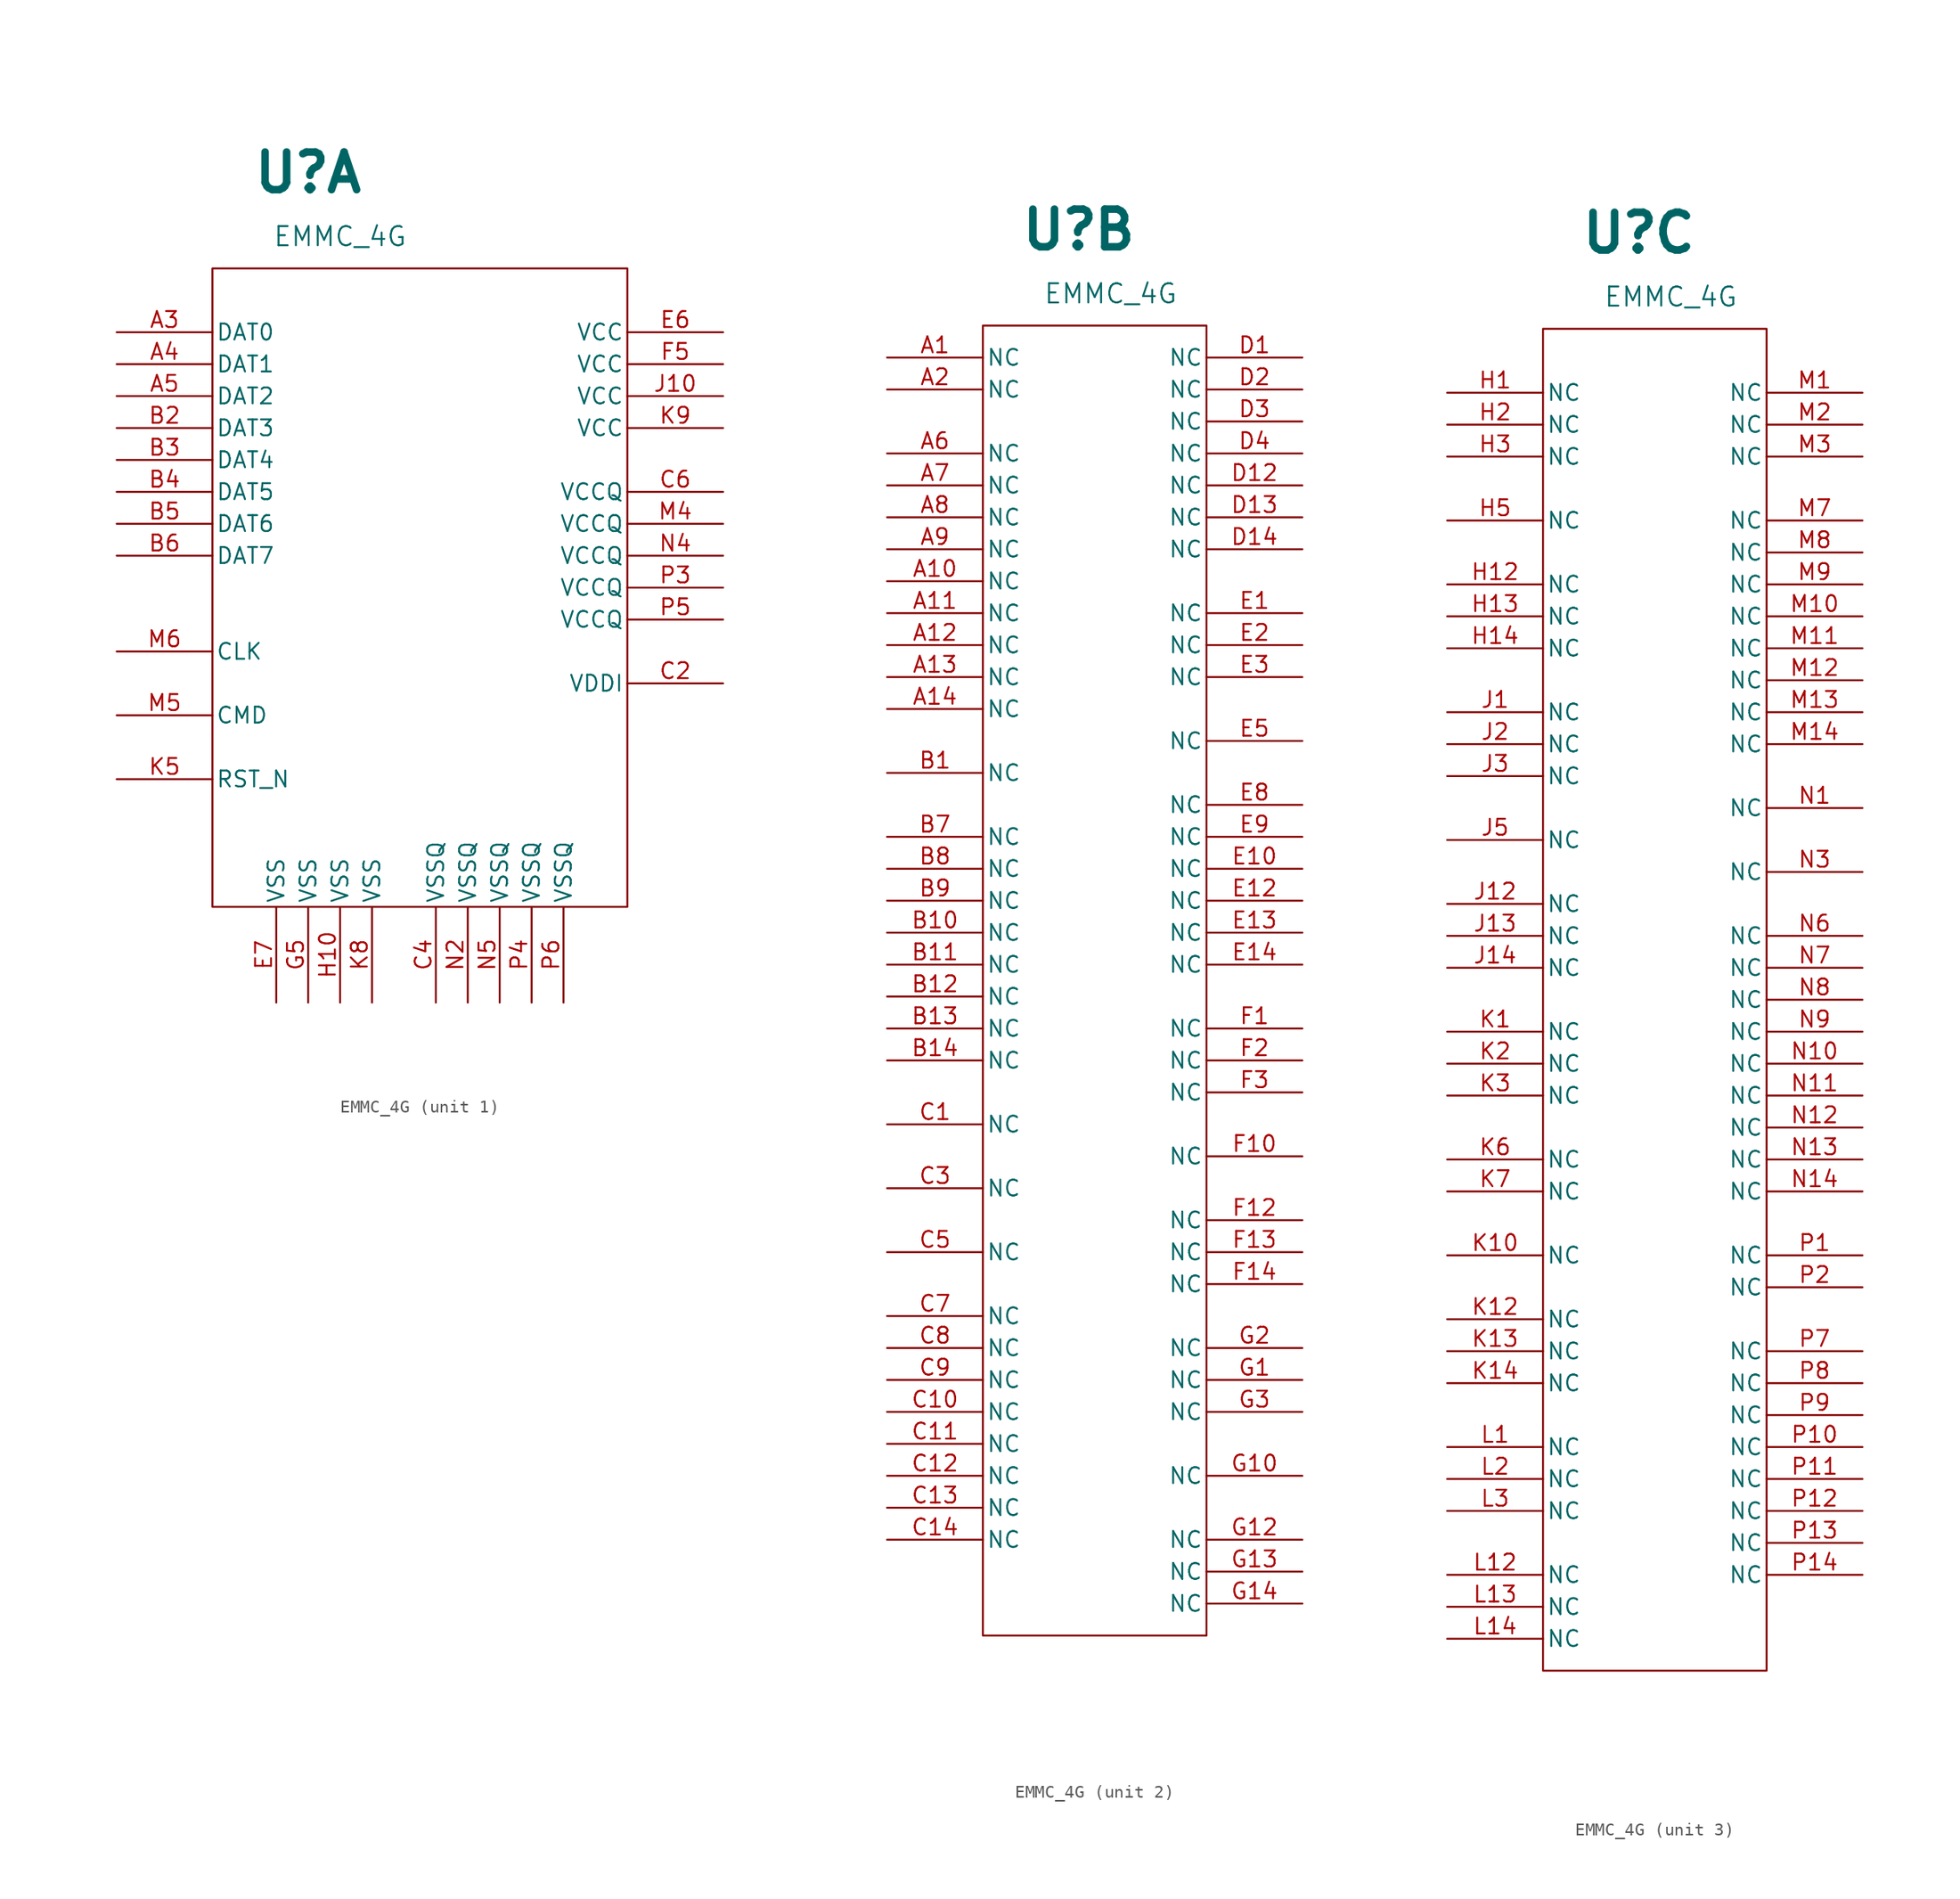
<source format=kicad_sym>
(kicad_symbol_lib
  (version 20220914)
  (generator kicad_symbol_editor)
  (symbol "EMMC_4G"
    (pin_names
      (offset 0.254))
    (property "Reference" "U"
      (at 15.24 12.7 0)
      (effects (font (size 3 3) bold)))
    (property "Value" "EMMC_4G"
      (at 17.78 7.62 0)
      (effects (font (size 1.524 1.524))))
    (property "ki_locked" ""
      (at 0 0 0)
      (effects (font (size 1.27 1.27))))
    (symbol "EMMC_4G_1_1"
      (rectangle (start 7.62 5.08) (end 40.64 -45.72) (stroke (width 0) (type default)) (fill (type none)))
      (pin unspecified line (at 0 0 0) (length 7.62) (name "DAT0" (effects (font (size 1.27 1.27)))) (number "A3" (effects (font (size 1.27 1.27)))))
      (pin unspecified line (at 0 -2.54 0) (length 7.62) (name "DAT1" (effects (font (size 1.27 1.27)))) (number "A4" (effects (font (size 1.27 1.27)))))
      (pin unspecified line (at 0 -5.08 0) (length 7.62) (name "DAT2" (effects (font (size 1.27 1.27)))) (number "A5" (effects (font (size 1.27 1.27)))))
      (pin unspecified line (at 0 -7.62 0) (length 7.62) (name "DAT3" (effects (font (size 1.27 1.27)))) (number "B2" (effects (font (size 1.27 1.27)))))
      (pin unspecified line (at 0 -10.16 0) (length 7.62) (name "DAT4" (effects (font (size 1.27 1.27)))) (number "B3" (effects (font (size 1.27 1.27)))))
      (pin unspecified line (at 0 -12.7 0) (length 7.62) (name "DAT5" (effects (font (size 1.27 1.27)))) (number "B4" (effects (font (size 1.27 1.27)))))
      (pin unspecified line (at 0 -15.24 0) (length 7.62) (name "DAT6" (effects (font (size 1.27 1.27)))) (number "B5" (effects (font (size 1.27 1.27)))))
      (pin unspecified line (at 0 -17.78 0) (length 7.62) (name "DAT7" (effects (font (size 1.27 1.27)))) (number "B6" (effects (font (size 1.27 1.27)))))
      (pin unspecified line (at 48.26 -27.94 180) (length 7.62) (name "VDDI" (effects (font (size 1.27 1.27)))) (number "C2" (effects (font (size 1.27 1.27)))))
      (pin unspecified line (at 25.4 -53.34 90) (length 7.62) (name "VSSQ" (effects (font (size 1.27 1.27)))) (number "C4" (effects (font (size 1.27 1.27)))))
      (pin unspecified line (at 48.26 -12.7 180) (length 7.62) (name "VCCQ" (effects (font (size 1.27 1.27)))) (number "C6" (effects (font (size 1.27 1.27)))))
      (pin unspecified line (at 48.26 0 180) (length 7.62) (name "VCC" (effects (font (size 1.27 1.27)))) (number "E6" (effects (font (size 1.27 1.27)))))
      (pin unspecified line (at 12.7 -53.34 90) (length 7.62) (name "VSS" (effects (font (size 1.27 1.27)))) (number "E7" (effects (font (size 1.27 1.27)))))
      (pin unspecified line (at 48.26 -2.54 180) (length 7.62) (name "VCC" (effects (font (size 1.27 1.27)))) (number "F5" (effects (font (size 1.27 1.27)))))
      (pin unspecified line (at 15.24 -53.34 90) (length 7.62) (name "VSS" (effects (font (size 1.27 1.27)))) (number "G5" (effects (font (size 1.27 1.27)))))
      (pin unspecified line (at 17.78 -53.34 90) (length 7.62) (name "VSS" (effects (font (size 1.27 1.27)))) (number "H10" (effects (font (size 1.27 1.27)))))
      (pin unspecified line (at 48.26 -5.08 180) (length 7.62) (name "VCC" (effects (font (size 1.27 1.27)))) (number "J10" (effects (font (size 1.27 1.27)))))
      (pin unspecified line (at 0 -35.56 0) (length 7.62) (name "RST_N" (effects (font (size 1.27 1.27)))) (number "K5" (effects (font (size 1.27 1.27)))))
      (pin unspecified line (at 20.32 -53.34 90) (length 7.62) (name "VSS" (effects (font (size 1.27 1.27)))) (number "K8" (effects (font (size 1.27 1.27)))))
      (pin unspecified line (at 48.26 -7.62 180) (length 7.62) (name "VCC" (effects (font (size 1.27 1.27)))) (number "K9" (effects (font (size 1.27 1.27)))))
      (pin unspecified line (at 48.26 -15.24 180) (length 7.62) (name "VCCQ" (effects (font (size 1.27 1.27)))) (number "M4" (effects (font (size 1.27 1.27)))))
      (pin unspecified line (at 0 -30.48 0) (length 7.62) (name "CMD" (effects (font (size 1.27 1.27)))) (number "M5" (effects (font (size 1.27 1.27)))))
      (pin unspecified line (at 0 -25.4 0) (length 7.62) (name "CLK" (effects (font (size 1.27 1.27)))) (number "M6" (effects (font (size 1.27 1.27)))))
      (pin unspecified line (at 27.94 -53.34 90) (length 7.62) (name "VSSQ" (effects (font (size 1.27 1.27)))) (number "N2" (effects (font (size 1.27 1.27)))))
      (pin unspecified line (at 48.26 -17.78 180) (length 7.62) (name "VCCQ" (effects (font (size 1.27 1.27)))) (number "N4" (effects (font (size 1.27 1.27)))))
      (pin unspecified line (at 30.48 -53.34 90) (length 7.62) (name "VSSQ" (effects (font (size 1.27 1.27)))) (number "N5" (effects (font (size 1.27 1.27)))))
      (pin unspecified line (at 48.26 -20.32 180) (length 7.62) (name "VCCQ" (effects (font (size 1.27 1.27)))) (number "P3" (effects (font (size 1.27 1.27)))))
      (pin unspecified line (at 33.02 -53.34 90) (length 7.62) (name "VSSQ" (effects (font (size 1.27 1.27)))) (number "P4" (effects (font (size 1.27 1.27)))))
      (pin unspecified line (at 48.26 -22.86 180) (length 7.62) (name "VCCQ" (effects (font (size 1.27 1.27)))) (number "P5" (effects (font (size 1.27 1.27)))))
      (pin unspecified line (at 35.56 -53.34 90) (length 7.62) (name "VSSQ" (effects (font (size 1.27 1.27)))) (number "P6" (effects (font (size 1.27 1.27))))))
    (symbol "EMMC_4G_2_1"
      (rectangle (start 7.62 5.08) (end 25.4 -99.06) (stroke (width 0) (type default)) (fill (type none)))
      (pin unspecified line (at 0 2.54 0) (length 7.62) (name "NC" (effects (font (size 1.27 1.27)))) (number "A1" (effects (font (size 1.27 1.27)))))
      (pin unspecified line (at 0 -15.24 0) (length 7.62) (name "NC" (effects (font (size 1.27 1.27)))) (number "A10" (effects (font (size 1.27 1.27)))))
      (pin unspecified line (at 0 -17.78 0) (length 7.62) (name "NC" (effects (font (size 1.27 1.27)))) (number "A11" (effects (font (size 1.27 1.27)))))
      (pin unspecified line (at 0 -20.32 0) (length 7.62) (name "NC" (effects (font (size 1.27 1.27)))) (number "A12" (effects (font (size 1.27 1.27)))))
      (pin unspecified line (at 0 -22.86 0) (length 7.62) (name "NC" (effects (font (size 1.27 1.27)))) (number "A13" (effects (font (size 1.27 1.27)))))
      (pin unspecified line (at 0 -25.4 0) (length 7.62) (name "NC" (effects (font (size 1.27 1.27)))) (number "A14" (effects (font (size 1.27 1.27)))))
      (pin unspecified line (at 0 0 0) (length 7.62) (name "NC" (effects (font (size 1.27 1.27)))) (number "A2" (effects (font (size 1.27 1.27)))))
      (pin unspecified line (at 0 -5.08 0) (length 7.62) (name "NC" (effects (font (size 1.27 1.27)))) (number "A6" (effects (font (size 1.27 1.27)))))
      (pin unspecified line (at 0 -7.62 0) (length 7.62) (name "NC" (effects (font (size 1.27 1.27)))) (number "A7" (effects (font (size 1.27 1.27)))))
      (pin unspecified line (at 0 -10.16 0) (length 7.62) (name "NC" (effects (font (size 1.27 1.27)))) (number "A8" (effects (font (size 1.27 1.27)))))
      (pin unspecified line (at 0 -12.7 0) (length 7.62) (name "NC" (effects (font (size 1.27 1.27)))) (number "A9" (effects (font (size 1.27 1.27)))))
      (pin unspecified line (at 0 -30.48 0) (length 7.62) (name "NC" (effects (font (size 1.27 1.27)))) (number "B1" (effects (font (size 1.27 1.27)))))
      (pin unspecified line (at 0 -43.18 0) (length 7.62) (name "NC" (effects (font (size 1.27 1.27)))) (number "B10" (effects (font (size 1.27 1.27)))))
      (pin unspecified line (at 0 -45.72 0) (length 7.62) (name "NC" (effects (font (size 1.27 1.27)))) (number "B11" (effects (font (size 1.27 1.27)))))
      (pin unspecified line (at 0 -48.26 0) (length 7.62) (name "NC" (effects (font (size 1.27 1.27)))) (number "B12" (effects (font (size 1.27 1.27)))))
      (pin unspecified line (at 0 -50.8 0) (length 7.62) (name "NC" (effects (font (size 1.27 1.27)))) (number "B13" (effects (font (size 1.27 1.27)))))
      (pin unspecified line (at 0 -53.34 0) (length 7.62) (name "NC" (effects (font (size 1.27 1.27)))) (number "B14" (effects (font (size 1.27 1.27)))))
      (pin unspecified line (at 0 -35.56 0) (length 7.62) (name "NC" (effects (font (size 1.27 1.27)))) (number "B7" (effects (font (size 1.27 1.27)))))
      (pin unspecified line (at 0 -38.1 0) (length 7.62) (name "NC" (effects (font (size 1.27 1.27)))) (number "B8" (effects (font (size 1.27 1.27)))))
      (pin unspecified line (at 0 -40.64 0) (length 7.62) (name "NC" (effects (font (size 1.27 1.27)))) (number "B9" (effects (font (size 1.27 1.27)))))
      (pin unspecified line (at 0 -58.42 0) (length 7.62) (name "NC" (effects (font (size 1.27 1.27)))) (number "C1" (effects (font (size 1.27 1.27)))))
      (pin unspecified line (at 0 -81.28 0) (length 7.62) (name "NC" (effects (font (size 1.27 1.27)))) (number "C10" (effects (font (size 1.27 1.27)))))
      (pin unspecified line (at 0 -83.82 0) (length 7.62) (name "NC" (effects (font (size 1.27 1.27)))) (number "C11" (effects (font (size 1.27 1.27)))))
      (pin unspecified line (at 0 -86.36 0) (length 7.62) (name "NC" (effects (font (size 1.27 1.27)))) (number "C12" (effects (font (size 1.27 1.27)))))
      (pin unspecified line (at 0 -88.9 0) (length 7.62) (name "NC" (effects (font (size 1.27 1.27)))) (number "C13" (effects (font (size 1.27 1.27)))))
      (pin unspecified line (at 0 -91.44 0) (length 7.62) (name "NC" (effects (font (size 1.27 1.27)))) (number "C14" (effects (font (size 1.27 1.27)))))
      (pin unspecified line (at 0 -63.5 0) (length 7.62) (name "NC" (effects (font (size 1.27 1.27)))) (number "C3" (effects (font (size 1.27 1.27)))))
      (pin unspecified line (at 0 -68.58 0) (length 7.62) (name "NC" (effects (font (size 1.27 1.27)))) (number "C5" (effects (font (size 1.27 1.27)))))
      (pin unspecified line (at 0 -73.66 0) (length 7.62) (name "NC" (effects (font (size 1.27 1.27)))) (number "C7" (effects (font (size 1.27 1.27)))))
      (pin unspecified line (at 0 -76.2 0) (length 7.62) (name "NC" (effects (font (size 1.27 1.27)))) (number "C8" (effects (font (size 1.27 1.27)))))
      (pin unspecified line (at 0 -78.74 0) (length 7.62) (name "NC" (effects (font (size 1.27 1.27)))) (number "C9" (effects (font (size 1.27 1.27)))))
      (pin unspecified line (at 33.02 2.54 180) (length 7.62) (name "NC" (effects (font (size 1.27 1.27)))) (number "D1" (effects (font (size 1.27 1.27)))))
      (pin unspecified line (at 33.02 -7.62 180) (length 7.62) (name "NC" (effects (font (size 1.27 1.27)))) (number "D12" (effects (font (size 1.27 1.27)))))
      (pin unspecified line (at 33.02 -10.16 180) (length 7.62) (name "NC" (effects (font (size 1.27 1.27)))) (number "D13" (effects (font (size 1.27 1.27)))))
      (pin unspecified line (at 33.02 -12.7 180) (length 7.62) (name "NC" (effects (font (size 1.27 1.27)))) (number "D14" (effects (font (size 1.27 1.27)))))
      (pin unspecified line (at 33.02 0 180) (length 7.62) (name "NC" (effects (font (size 1.27 1.27)))) (number "D2" (effects (font (size 1.27 1.27)))))
      (pin unspecified line (at 33.02 -2.54 180) (length 7.62) (name "NC" (effects (font (size 1.27 1.27)))) (number "D3" (effects (font (size 1.27 1.27)))))
      (pin unspecified line (at 33.02 -5.08 180) (length 7.62) (name "NC" (effects (font (size 1.27 1.27)))) (number "D4" (effects (font (size 1.27 1.27)))))
      (pin unspecified line (at 33.02 -17.78 180) (length 7.62) (name "NC" (effects (font (size 1.27 1.27)))) (number "E1" (effects (font (size 1.27 1.27)))))
      (pin unspecified line (at 33.02 -38.1 180) (length 7.62) (name "NC" (effects (font (size 1.27 1.27)))) (number "E10" (effects (font (size 1.27 1.27)))))
      (pin unspecified line (at 33.02 -40.64 180) (length 7.62) (name "NC" (effects (font (size 1.27 1.27)))) (number "E12" (effects (font (size 1.27 1.27)))))
      (pin unspecified line (at 33.02 -43.18 180) (length 7.62) (name "NC" (effects (font (size 1.27 1.27)))) (number "E13" (effects (font (size 1.27 1.27)))))
      (pin unspecified line (at 33.02 -45.72 180) (length 7.62) (name "NC" (effects (font (size 1.27 1.27)))) (number "E14" (effects (font (size 1.27 1.27)))))
      (pin unspecified line (at 33.02 -20.32 180) (length 7.62) (name "NC" (effects (font (size 1.27 1.27)))) (number "E2" (effects (font (size 1.27 1.27)))))
      (pin unspecified line (at 33.02 -22.86 180) (length 7.62) (name "NC" (effects (font (size 1.27 1.27)))) (number "E3" (effects (font (size 1.27 1.27)))))
      (pin unspecified line (at 33.02 -27.94 180) (length 7.62) (name "NC" (effects (font (size 1.27 1.27)))) (number "E5" (effects (font (size 1.27 1.27)))))
      (pin unspecified line (at 33.02 -33.02 180) (length 7.62) (name "NC" (effects (font (size 1.27 1.27)))) (number "E8" (effects (font (size 1.27 1.27)))))
      (pin unspecified line (at 33.02 -35.56 180) (length 7.62) (name "NC" (effects (font (size 1.27 1.27)))) (number "E9" (effects (font (size 1.27 1.27)))))
      (pin unspecified line (at 33.02 -50.8 180) (length 7.62) (name "NC" (effects (font (size 1.27 1.27)))) (number "F1" (effects (font (size 1.27 1.27)))))
      (pin unspecified line (at 33.02 -60.96 180) (length 7.62) (name "NC" (effects (font (size 1.27 1.27)))) (number "F10" (effects (font (size 1.27 1.27)))))
      (pin unspecified line (at 33.02 -66.04 180) (length 7.62) (name "NC" (effects (font (size 1.27 1.27)))) (number "F12" (effects (font (size 1.27 1.27)))))
      (pin unspecified line (at 33.02 -68.58 180) (length 7.62) (name "NC" (effects (font (size 1.27 1.27)))) (number "F13" (effects (font (size 1.27 1.27)))))
      (pin unspecified line (at 33.02 -71.12 180) (length 7.62) (name "NC" (effects (font (size 1.27 1.27)))) (number "F14" (effects (font (size 1.27 1.27)))))
      (pin unspecified line (at 33.02 -53.34 180) (length 7.62) (name "NC" (effects (font (size 1.27 1.27)))) (number "F2" (effects (font (size 1.27 1.27)))))
      (pin unspecified line (at 33.02 -55.88 180) (length 7.62) (name "NC" (effects (font (size 1.27 1.27)))) (number "F3" (effects (font (size 1.27 1.27)))))
      (pin unspecified line (at 33.02 -78.74 180) (length 7.62) (name "NC" (effects (font (size 1.27 1.27)))) (number "G1" (effects (font (size 1.27 1.27)))))
      (pin unspecified line (at 33.02 -86.36 180) (length 7.62) (name "NC" (effects (font (size 1.27 1.27)))) (number "G10" (effects (font (size 1.27 1.27)))))
      (pin unspecified line (at 33.02 -91.44 180) (length 7.62) (name "NC" (effects (font (size 1.27 1.27)))) (number "G12" (effects (font (size 1.27 1.27)))))
      (pin unspecified line (at 33.02 -93.98 180) (length 7.62) (name "NC" (effects (font (size 1.27 1.27)))) (number "G13" (effects (font (size 1.27 1.27)))))
      (pin unspecified line (at 33.02 -96.52 180) (length 7.62) (name "NC" (effects (font (size 1.27 1.27)))) (number "G14" (effects (font (size 1.27 1.27)))))
      (pin unspecified line (at 33.02 -76.2 180) (length 7.62) (name "NC" (effects (font (size 1.27 1.27)))) (number "G2" (effects (font (size 1.27 1.27)))))
      (pin unspecified line (at 33.02 -81.28 180) (length 7.62) (name "NC" (effects (font (size 1.27 1.27)))) (number "G3" (effects (font (size 1.27 1.27))))))
    (symbol "EMMC_4G_3_1"
      (rectangle (start 7.62 5.08) (end 25.4 -101.6) (stroke (width 0) (type default)) (fill (type none)))
      (pin unspecified line (at 0 0 0) (length 7.62) (name "NC" (effects (font (size 1.27 1.27)))) (number "H1" (effects (font (size 1.27 1.27)))))
      (pin unspecified line (at 0 -15.24 0) (length 7.62) (name "NC" (effects (font (size 1.27 1.27)))) (number "H12" (effects (font (size 1.27 1.27)))))
      (pin unspecified line (at 0 -17.78 0) (length 7.62) (name "NC" (effects (font (size 1.27 1.27)))) (number "H13" (effects (font (size 1.27 1.27)))))
      (pin unspecified line (at 0 -20.32 0) (length 7.62) (name "NC" (effects (font (size 1.27 1.27)))) (number "H14" (effects (font (size 1.27 1.27)))))
      (pin unspecified line (at 0 -2.54 0) (length 7.62) (name "NC" (effects (font (size 1.27 1.27)))) (number "H2" (effects (font (size 1.27 1.27)))))
      (pin unspecified line (at 0 -5.08 0) (length 7.62) (name "NC" (effects (font (size 1.27 1.27)))) (number "H3" (effects (font (size 1.27 1.27)))))
      (pin unspecified line (at 0 -10.16 0) (length 7.62) (name "NC" (effects (font (size 1.27 1.27)))) (number "H5" (effects (font (size 1.27 1.27)))))
      (pin unspecified line (at 0 -25.4 0) (length 7.62) (name "NC" (effects (font (size 1.27 1.27)))) (number "J1" (effects (font (size 1.27 1.27)))))
      (pin unspecified line (at 0 -40.64 0) (length 7.62) (name "NC" (effects (font (size 1.27 1.27)))) (number "J12" (effects (font (size 1.27 1.27)))))
      (pin unspecified line (at 0 -43.18 0) (length 7.62) (name "NC" (effects (font (size 1.27 1.27)))) (number "J13" (effects (font (size 1.27 1.27)))))
      (pin unspecified line (at 0 -45.72 0) (length 7.62) (name "NC" (effects (font (size 1.27 1.27)))) (number "J14" (effects (font (size 1.27 1.27)))))
      (pin unspecified line (at 0 -27.94 0) (length 7.62) (name "NC" (effects (font (size 1.27 1.27)))) (number "J2" (effects (font (size 1.27 1.27)))))
      (pin unspecified line (at 0 -30.48 0) (length 7.62) (name "NC" (effects (font (size 1.27 1.27)))) (number "J3" (effects (font (size 1.27 1.27)))))
      (pin unspecified line (at 0 -35.56 0) (length 7.62) (name "NC" (effects (font (size 1.27 1.27)))) (number "J5" (effects (font (size 1.27 1.27)))))
      (pin unspecified line (at 0 -50.8 0) (length 7.62) (name "NC" (effects (font (size 1.27 1.27)))) (number "K1" (effects (font (size 1.27 1.27)))))
      (pin unspecified line (at 0 -68.58 0) (length 7.62) (name "NC" (effects (font (size 1.27 1.27)))) (number "K10" (effects (font (size 1.27 1.27)))))
      (pin unspecified line (at 0 -73.66 0) (length 7.62) (name "NC" (effects (font (size 1.27 1.27)))) (number "K12" (effects (font (size 1.27 1.27)))))
      (pin unspecified line (at 0 -76.2 0) (length 7.62) (name "NC" (effects (font (size 1.27 1.27)))) (number "K13" (effects (font (size 1.27 1.27)))))
      (pin unspecified line (at 0 -78.74 0) (length 7.62) (name "NC" (effects (font (size 1.27 1.27)))) (number "K14" (effects (font (size 1.27 1.27)))))
      (pin unspecified line (at 0 -53.34 0) (length 7.62) (name "NC" (effects (font (size 1.27 1.27)))) (number "K2" (effects (font (size 1.27 1.27)))))
      (pin unspecified line (at 0 -55.88 0) (length 7.62) (name "NC" (effects (font (size 1.27 1.27)))) (number "K3" (effects (font (size 1.27 1.27)))))
      (pin unspecified line (at 0 -60.96 0) (length 7.62) (name "NC" (effects (font (size 1.27 1.27)))) (number "K6" (effects (font (size 1.27 1.27)))))
      (pin unspecified line (at 0 -63.5 0) (length 7.62) (name "NC" (effects (font (size 1.27 1.27)))) (number "K7" (effects (font (size 1.27 1.27)))))
      (pin unspecified line (at 0 -83.82 0) (length 7.62) (name "NC" (effects (font (size 1.27 1.27)))) (number "L1" (effects (font (size 1.27 1.27)))))
      (pin unspecified line (at 0 -93.98 0) (length 7.62) (name "NC" (effects (font (size 1.27 1.27)))) (number "L12" (effects (font (size 1.27 1.27)))))
      (pin unspecified line (at 0 -96.52 0) (length 7.62) (name "NC" (effects (font (size 1.27 1.27)))) (number "L13" (effects (font (size 1.27 1.27)))))
      (pin unspecified line (at 0 -99.06 0) (length 7.62) (name "NC" (effects (font (size 1.27 1.27)))) (number "L14" (effects (font (size 1.27 1.27)))))
      (pin unspecified line (at 0 -86.36 0) (length 7.62) (name "NC" (effects (font (size 1.27 1.27)))) (number "L2" (effects (font (size 1.27 1.27)))))
      (pin unspecified line (at 0 -88.9 0) (length 7.62) (name "NC" (effects (font (size 1.27 1.27)))) (number "L3" (effects (font (size 1.27 1.27)))))
      (pin unspecified line (at 33.02 0 180) (length 7.62) (name "NC" (effects (font (size 1.27 1.27)))) (number "M1" (effects (font (size 1.27 1.27)))))
      (pin unspecified line (at 33.02 -17.78 180) (length 7.62) (name "NC" (effects (font (size 1.27 1.27)))) (number "M10" (effects (font (size 1.27 1.27)))))
      (pin unspecified line (at 33.02 -20.32 180) (length 7.62) (name "NC" (effects (font (size 1.27 1.27)))) (number "M11" (effects (font (size 1.27 1.27)))))
      (pin unspecified line (at 33.02 -22.86 180) (length 7.62) (name "NC" (effects (font (size 1.27 1.27)))) (number "M12" (effects (font (size 1.27 1.27)))))
      (pin unspecified line (at 33.02 -25.4 180) (length 7.62) (name "NC" (effects (font (size 1.27 1.27)))) (number "M13" (effects (font (size 1.27 1.27)))))
      (pin unspecified line (at 33.02 -27.94 180) (length 7.62) (name "NC" (effects (font (size 1.27 1.27)))) (number "M14" (effects (font (size 1.27 1.27)))))
      (pin unspecified line (at 33.02 -2.54 180) (length 7.62) (name "NC" (effects (font (size 1.27 1.27)))) (number "M2" (effects (font (size 1.27 1.27)))))
      (pin unspecified line (at 33.02 -5.08 180) (length 7.62) (name "NC" (effects (font (size 1.27 1.27)))) (number "M3" (effects (font (size 1.27 1.27)))))
      (pin unspecified line (at 33.02 -10.16 180) (length 7.62) (name "NC" (effects (font (size 1.27 1.27)))) (number "M7" (effects (font (size 1.27 1.27)))))
      (pin unspecified line (at 33.02 -12.7 180) (length 7.62) (name "NC" (effects (font (size 1.27 1.27)))) (number "M8" (effects (font (size 1.27 1.27)))))
      (pin unspecified line (at 33.02 -15.24 180) (length 7.62) (name "NC" (effects (font (size 1.27 1.27)))) (number "M9" (effects (font (size 1.27 1.27)))))
      (pin unspecified line (at 33.02 -33.02 180) (length 7.62) (name "NC" (effects (font (size 1.27 1.27)))) (number "N1" (effects (font (size 1.27 1.27)))))
      (pin unspecified line (at 33.02 -53.34 180) (length 7.62) (name "NC" (effects (font (size 1.27 1.27)))) (number "N10" (effects (font (size 1.27 1.27)))))
      (pin unspecified line (at 33.02 -55.88 180) (length 7.62) (name "NC" (effects (font (size 1.27 1.27)))) (number "N11" (effects (font (size 1.27 1.27)))))
      (pin unspecified line (at 33.02 -58.42 180) (length 7.62) (name "NC" (effects (font (size 1.27 1.27)))) (number "N12" (effects (font (size 1.27 1.27)))))
      (pin unspecified line (at 33.02 -60.96 180) (length 7.62) (name "NC" (effects (font (size 1.27 1.27)))) (number "N13" (effects (font (size 1.27 1.27)))))
      (pin unspecified line (at 33.02 -63.5 180) (length 7.62) (name "NC" (effects (font (size 1.27 1.27)))) (number "N14" (effects (font (size 1.27 1.27)))))
      (pin unspecified line (at 33.02 -38.1 180) (length 7.62) (name "NC" (effects (font (size 1.27 1.27)))) (number "N3" (effects (font (size 1.27 1.27)))))
      (pin unspecified line (at 33.02 -43.18 180) (length 7.62) (name "NC" (effects (font (size 1.27 1.27)))) (number "N6" (effects (font (size 1.27 1.27)))))
      (pin unspecified line (at 33.02 -45.72 180) (length 7.62) (name "NC" (effects (font (size 1.27 1.27)))) (number "N7" (effects (font (size 1.27 1.27)))))
      (pin unspecified line (at 33.02 -48.26 180) (length 7.62) (name "NC" (effects (font (size 1.27 1.27)))) (number "N8" (effects (font (size 1.27 1.27)))))
      (pin unspecified line (at 33.02 -50.8 180) (length 7.62) (name "NC" (effects (font (size 1.27 1.27)))) (number "N9" (effects (font (size 1.27 1.27)))))
      (pin unspecified line (at 33.02 -68.58 180) (length 7.62) (name "NC" (effects (font (size 1.27 1.27)))) (number "P1" (effects (font (size 1.27 1.27)))))
      (pin unspecified line (at 33.02 -83.82 180) (length 7.62) (name "NC" (effects (font (size 1.27 1.27)))) (number "P10" (effects (font (size 1.27 1.27)))))
      (pin unspecified line (at 33.02 -86.36 180) (length 7.62) (name "NC" (effects (font (size 1.27 1.27)))) (number "P11" (effects (font (size 1.27 1.27)))))
      (pin unspecified line (at 33.02 -88.9 180) (length 7.62) (name "NC" (effects (font (size 1.27 1.27)))) (number "P12" (effects (font (size 1.27 1.27)))))
      (pin unspecified line (at 33.02 -91.44 180) (length 7.62) (name "NC" (effects (font (size 1.27 1.27)))) (number "P13" (effects (font (size 1.27 1.27)))))
      (pin unspecified line (at 33.02 -93.98 180) (length 7.62) (name "NC" (effects (font (size 1.27 1.27)))) (number "P14" (effects (font (size 1.27 1.27)))))
      (pin unspecified line (at 33.02 -71.12 180) (length 7.62) (name "NC" (effects (font (size 1.27 1.27)))) (number "P2" (effects (font (size 1.27 1.27)))))
      (pin unspecified line (at 33.02 -76.2 180) (length 7.62) (name "NC" (effects (font (size 1.27 1.27)))) (number "P7" (effects (font (size 1.27 1.27)))))
      (pin unspecified line (at 33.02 -78.74 180) (length 7.62) (name "NC" (effects (font (size 1.27 1.27)))) (number "P8" (effects (font (size 1.27 1.27)))))
      (pin unspecified line (at 33.02 -81.28 180) (length 7.62) (name "NC" (effects (font (size 1.27 1.27)))) (number "P9" (effects (font (size 1.27 1.27))))))))
</source>
